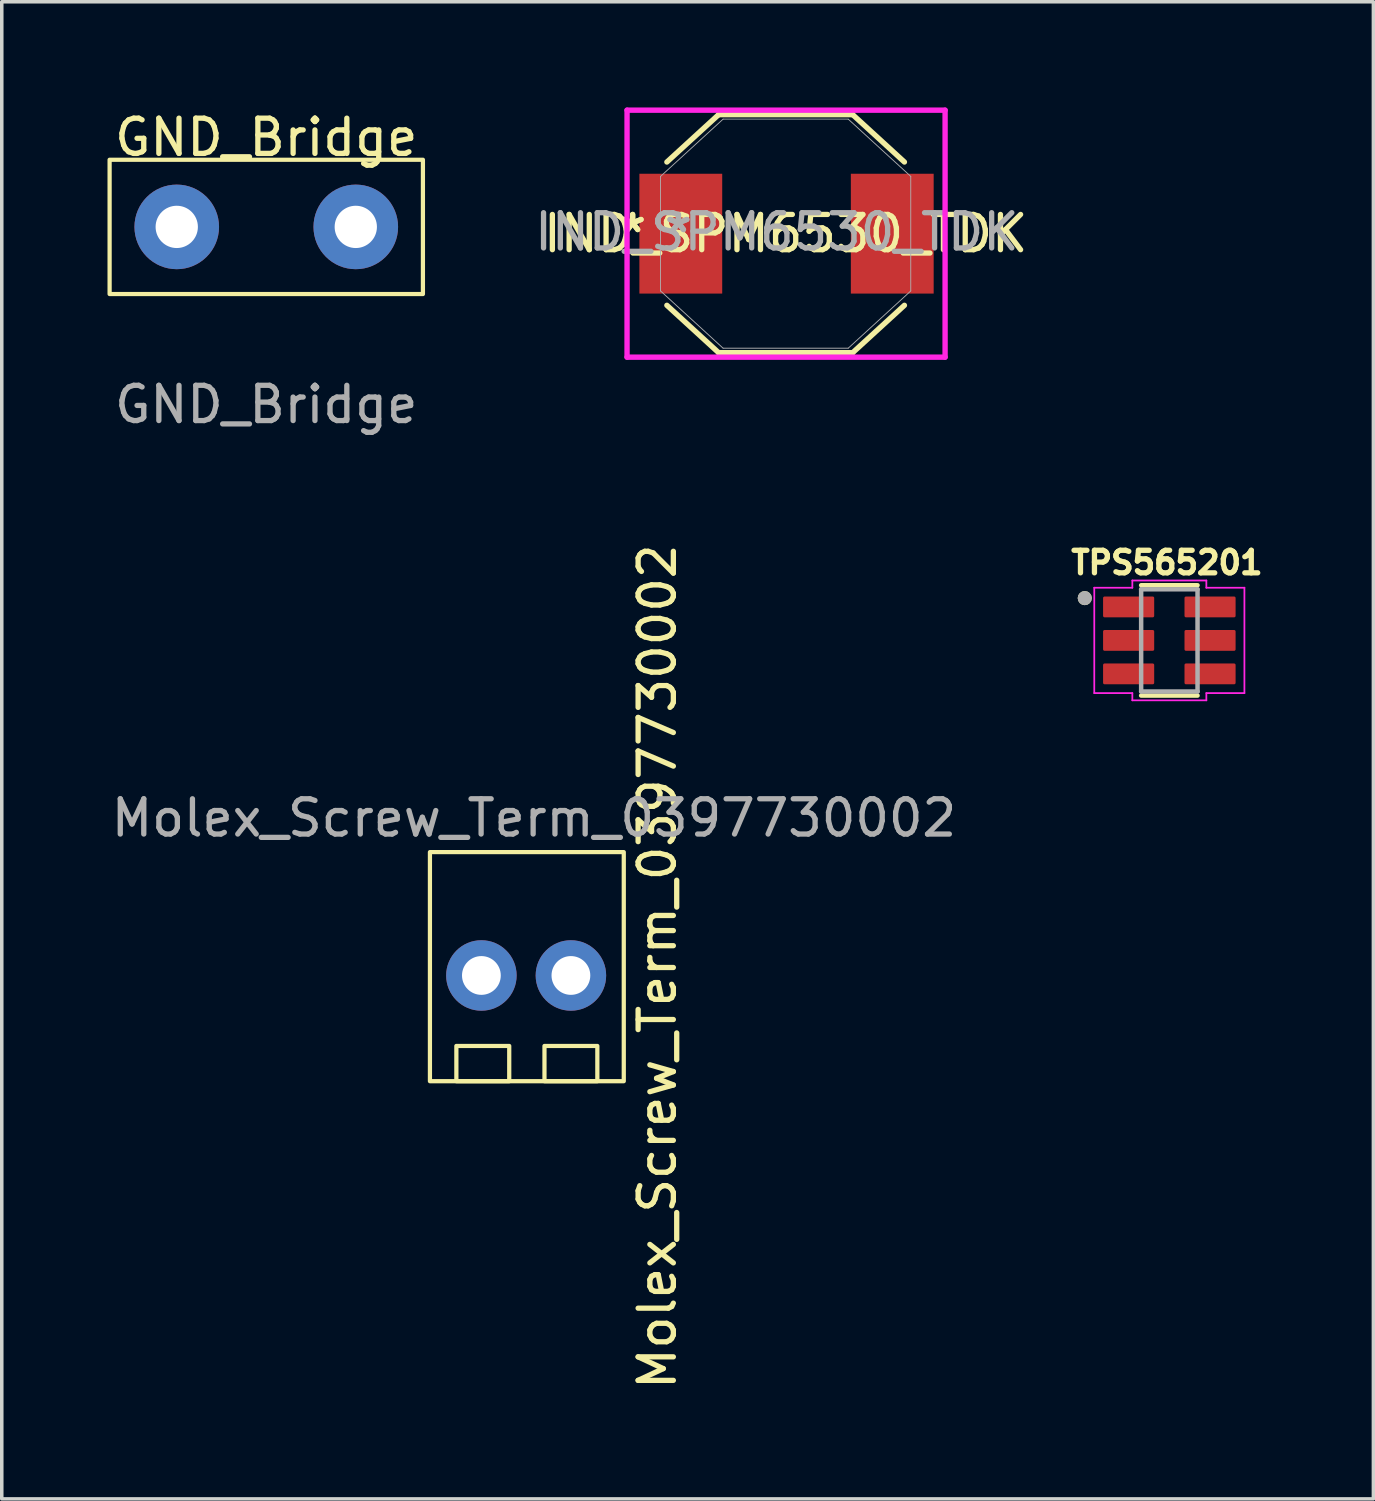
<source format=kicad_pcb>
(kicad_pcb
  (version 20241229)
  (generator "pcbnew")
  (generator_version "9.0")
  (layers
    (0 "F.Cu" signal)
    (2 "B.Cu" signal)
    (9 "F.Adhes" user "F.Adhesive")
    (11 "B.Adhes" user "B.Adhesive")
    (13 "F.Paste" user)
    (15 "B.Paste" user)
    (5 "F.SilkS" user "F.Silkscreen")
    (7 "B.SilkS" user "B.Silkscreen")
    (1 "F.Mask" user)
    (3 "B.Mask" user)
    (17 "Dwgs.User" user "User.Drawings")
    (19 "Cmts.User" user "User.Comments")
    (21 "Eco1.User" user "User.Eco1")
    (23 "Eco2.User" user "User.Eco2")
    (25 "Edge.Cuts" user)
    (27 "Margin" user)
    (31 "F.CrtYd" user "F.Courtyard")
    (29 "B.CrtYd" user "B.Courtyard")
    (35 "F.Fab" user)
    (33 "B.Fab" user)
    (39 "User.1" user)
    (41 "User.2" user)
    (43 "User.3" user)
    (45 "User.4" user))
  (footprint "Molex_Screw_Term_0397730002"
    (layer "F.Cu")
    (at 11.899 24.628)
    (property "Reference" "Molex_Screw_Term_0397730002" (at 3.702 -0.25 90) (unlocked yes) (layer "F.SilkS") (effects (font (size 1 1) (thickness 0.15))))
    (attr smd)
    (fp_rect (start -2.75 -3.5) (end 2.75 3) (stroke (width 0.12) (type solid)) (fill no) (layer "F.SilkS"))
    (fp_rect (start -0.5 3) (end -2 2) (stroke (width 0.12) (type solid)) (fill no) (layer "F.SilkS"))
    (fp_rect (start 2 3) (end 0.5 2) (stroke (width 0.12) (type solid)) (fill no) (layer "F.SilkS"))
    (fp_text user "${REFERENCE}" (at 0.202 -4.468 0) (unlocked yes) (layer "F.Fab") (effects (font (size 1 1) (thickness 0.15))))
    (pad "1" thru_hole circle (at -1.29 0) (size 2 2) (drill 1.1) (layers "*.Cu" "*.Mask"))
    (pad "2" thru_hole circle (at 1.25 0) (size 2 2) (drill 1.1) (layers "*.Cu" "*.Mask")))
  (footprint "IND_SPM6530_TDK"
    (layer "F.Cu")
    (at 19.217 3.53)
    (property "Reference" "IND_SPM6530_TDK" (at 0.025 0.05 0) (unlocked yes) (layer "F.SilkS") (effects (font (size 1 1) (thickness 0.15))))
    (attr smd)
    (fp_line (start -3.345 2.083) (end -1.877 3.427) (stroke (width 0.152) (type solid)) (layer "F.SilkS"))
    (fp_line (start -1.877 -3.327) (end -3.345 -1.983) (stroke (width 0.152) (type solid)) (layer "F.SilkS"))
    (fp_line (start -1.877 3.427) (end 1.927 3.427) (stroke (width 0.152) (type solid)) (layer "F.SilkS"))
    (fp_line (start 1.927 -3.327) (end -1.877 -3.327) (stroke (width 0.152) (type solid)) (layer "F.SilkS"))
    (fp_line (start 1.927 3.427) (end 3.395 2.083) (stroke (width 0.152) (type solid)) (layer "F.SilkS"))
    (fp_line (start 3.395 -1.983) (end 1.927 -3.327) (stroke (width 0.152) (type solid)) (layer "F.SilkS"))
    (fp_line (start -4.475 -3.454) (end 4.549 -3.454) (stroke (width 0.152) (type solid)) (layer "F.CrtYd"))
    (fp_line (start -4.475 3.554) (end -4.475 -3.454) (stroke (width 0.152) (type solid)) (layer "F.CrtYd"))
    (fp_line (start 4.549 -3.454) (end 4.549 3.554) (stroke (width 0.152) (type solid)) (layer "F.CrtYd"))
    (fp_line (start 4.549 3.554) (end -4.475 3.554) (stroke (width 0.152) (type solid)) (layer "F.CrtYd"))
    (fp_line (start -3.525 -1.575) (end -3.525 1.675) (stroke (width 0.025) (type solid)) (layer "F.Fab"))
    (fp_line (start -3.525 1.675) (end -1.75 3.3) (stroke (width 0.025) (type solid)) (layer "F.Fab"))
    (fp_line (start -1.75 -3.2) (end -3.525 -1.575) (stroke (width 0.025) (type solid)) (layer "F.Fab"))
    (fp_line (start -1.75 3.3) (end 1.8 3.3) (stroke (width 0.025) (type solid)) (layer "F.Fab"))
    (fp_line (start 1.8 -3.2) (end -1.75 -3.2) (stroke (width 0.025) (type solid)) (layer "F.Fab"))
    (fp_line (start 1.8 3.3) (end 3.575 1.675) (stroke (width 0.025) (type solid)) (layer "F.Fab"))
    (fp_line (start 3.575 -1.575) (end 1.8 -3.2) (stroke (width 0.025) (type solid)) (layer "F.Fab"))
    (fp_line (start 3.575 1.675) (end 3.575 -1.575) (stroke (width 0.025) (type solid)) (layer "F.Fab"))
    (fp_text user "*" (at -4.316 0.05 0) (layer "F.SilkS") (effects (font (size 1 1) (thickness 0.15))))
    (fp_text user "*" (at -4.316 0.05 0) (unlocked yes) (layer "F.SilkS") (effects (font (size 1 1) (thickness 0.15))))
    (fp_text user "*" (at -3.017 0.05 0) (layer "F.Fab") (effects (font (size 1 1) (thickness 0.15))))
    (fp_text user "${REFERENCE}" (at -0.225 0 0) (unlocked yes) (layer "F.Fab") (effects (font (size 1 1) (thickness 0.15))))
    (fp_text user "*" (at -3.017 0.05 0) (unlocked yes) (layer "F.Fab") (effects (font (size 1 1) (thickness 0.15))))
    (pad "1" smd rect (at -2.95 0.05) (size 2.35 3.4) (layers "F.Cu" "F.Mask" "F.Paste"))
    (pad "2" smd rect (at 3.05 0.05) (size 2.35 3.4) (layers "F.Cu" "F.Mask" "F.Paste")))
  (footprint "TPS565201"
    (layer "F.Cu")
    (at 30.129 15.121)
    (property "Reference" "TPS565201" (at -0.068 -2.206 0) (layer "F.SilkS") (effects (font (size 0.64 0.64) (thickness 0.15))))
    (attr smd)
    (fp_line (start -0.8 -1.565) (end 0.8 -1.565) (stroke (width 0.127) (type solid)) (layer "F.SilkS"))
    (fp_line (start -0.8 1.565) (end 0.8 1.565) (stroke (width 0.127) (type solid)) (layer "F.SilkS"))
    (fp_circle (center -2.4 -1.2) (end -2.3 -1.2) (stroke (width 0.2) (type solid)) (fill no) (layer "F.SilkS"))
    (fp_line (start -2.13 -1.495) (end -2.13 1.495) (stroke (width 0.05) (type solid)) (layer "F.CrtYd"))
    (fp_line (start -2.13 1.495) (end -1.05 1.495) (stroke (width 0.05) (type solid)) (layer "F.CrtYd"))
    (fp_line (start -1.05 -1.7) (end -1.05 -1.495) (stroke (width 0.05) (type solid)) (layer "F.CrtYd"))
    (fp_line (start -1.05 -1.495) (end -2.13 -1.495) (stroke (width 0.05) (type solid)) (layer "F.CrtYd"))
    (fp_line (start -1.05 1.495) (end -1.05 1.7) (stroke (width 0.05) (type solid)) (layer "F.CrtYd"))
    (fp_line (start -1.05 1.7) (end 1.05 1.7) (stroke (width 0.05) (type solid)) (layer "F.CrtYd"))
    (fp_line (start 1.05 -1.7) (end -1.05 -1.7) (stroke (width 0.05) (type solid)) (layer "F.CrtYd"))
    (fp_line (start 1.05 -1.495) (end 1.05 -1.7) (stroke (width 0.05) (type solid)) (layer "F.CrtYd"))
    (fp_line (start 1.05 1.495) (end 2.13 1.495) (stroke (width 0.05) (type solid)) (layer "F.CrtYd"))
    (fp_line (start 1.05 1.7) (end 1.05 1.495) (stroke (width 0.05) (type solid)) (layer "F.CrtYd"))
    (fp_line (start 2.13 -1.495) (end 1.05 -1.495) (stroke (width 0.05) (type solid)) (layer "F.CrtYd"))
    (fp_line (start 2.13 1.495) (end 2.13 -1.495) (stroke (width 0.05) (type solid)) (layer "F.CrtYd"))
    (fp_line (start -0.8 -1.45) (end -0.8 1.45) (stroke (width 0.127) (type solid)) (layer "F.Fab"))
    (fp_line (start -0.8 1.45) (end 0.8 1.45) (stroke (width 0.127) (type solid)) (layer "F.Fab"))
    (fp_line (start 0.8 -1.45) (end -0.8 -1.45) (stroke (width 0.127) (type solid)) (layer "F.Fab"))
    (fp_line (start 0.8 1.45) (end 0.8 -1.45) (stroke (width 0.127) (type solid)) (layer "F.Fab"))
    (fp_circle (center -2.4 -1.2) (end -2.3 -1.2) (stroke (width 0.2) (type solid)) (fill no) (layer "F.Fab"))
    (pad "1" smd roundrect (at -1.155 -0.95) (size 1.45 0.59) (layers "F.Cu" "F.Mask" "F.Paste") (roundrect_rratio 0.07))
    (pad "2" smd roundrect (at -1.155 0) (size 1.45 0.59) (layers "F.Cu" "F.Mask" "F.Paste") (roundrect_rratio 0.07))
    (pad "3" smd roundrect (at -1.155 0.95) (size 1.45 0.59) (layers "F.Cu" "F.Mask" "F.Paste") (roundrect_rratio 0.07))
    (pad "4" smd roundrect (at 1.155 0.95) (size 1.45 0.59) (layers "F.Cu" "F.Mask" "F.Paste") (roundrect_rratio 0.07))
    (pad "5" smd roundrect (at 1.155 0) (size 1.45 0.59) (layers "F.Cu" "F.Mask" "F.Paste") (roundrect_rratio 0.07))
    (pad "6" smd roundrect (at 1.155 -0.95) (size 1.45 0.59) (layers "F.Cu" "F.Mask" "F.Paste") (roundrect_rratio 0.07)))
  (footprint "GND_Bridge"
    (layer "F.Cu")
    (at 4.505 3.388)
    (property "Reference" "GND_Bridge" (at 0 -2.54 0) (unlocked yes) (layer "F.SilkS") (effects (font (size 1 1) (thickness 0.15))))
    (attr smd)
    (fp_rect (start -4.445 -1.905) (end 4.445 1.905) (stroke (width 0.12) (type default)) (fill no) (layer "F.SilkS"))
    (fp_text user "${REFERENCE}" (at 0 5.04 0) (unlocked yes) (layer "F.Fab") (effects (font (size 1 1) (thickness 0.15))))
    (pad "1" thru_hole oval (at -2.54 0) (size 2.4 2.4) (drill 1.2) (layers "*.Cu" "*.Mask"))
    (pad "2" thru_hole oval (at 2.54 0) (size 2.4 2.4) (drill 1.2) (layers "*.Cu" "*.Mask")))
  (gr_rect
    (start -3 -3)
    (end 35.919 39.479)
    (stroke (width 0.1) (type default))
    (fill no)
    (layer "Edge.Cuts")))
</source>
